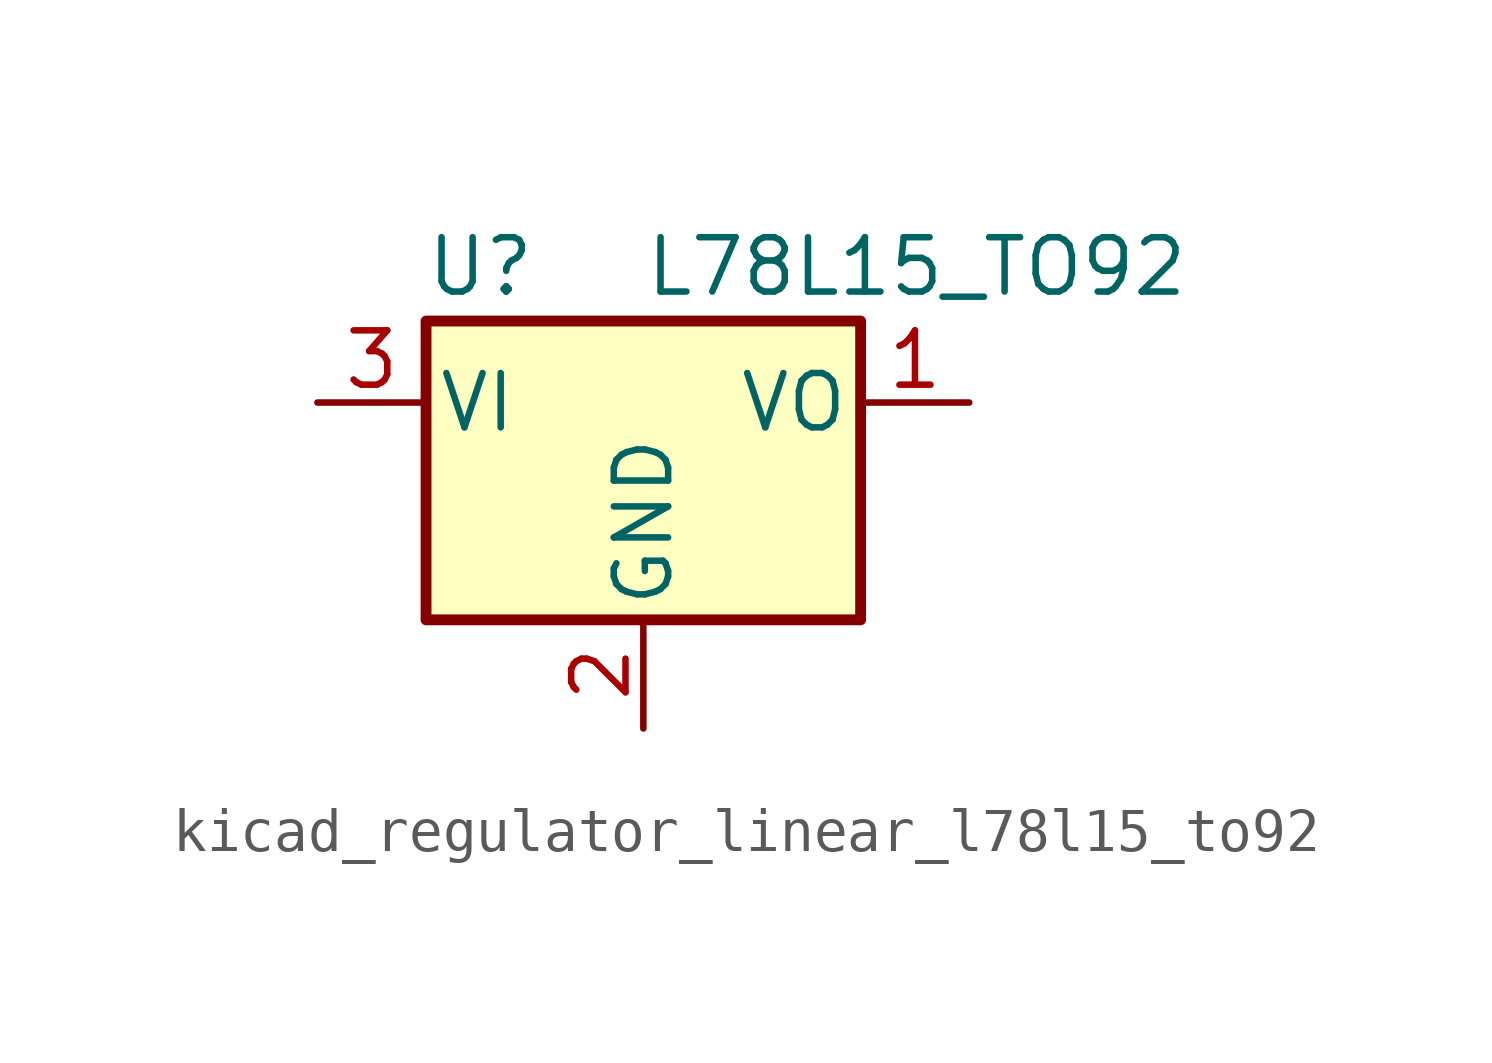
<source format=kicad_sym>
(kicad_symbol_lib
  (version 20220914)
  (generator kicad_symbol_editor)
  (symbol "kicad_regulator_linear_l78l15_to92"
    (pin_names
      (offset 0.254))
    (property "Reference" "U"
      (at -3.81 3.175 0)
      (effects (font (size 1.27 1.27))))
    (property "Value" "L78L15_TO92"
      (at 0 3.175 0)
      (effects (font (size 1.27 1.27)) (justify left)))
    (symbol "kicad_regulator_linear_l78l15_to92_0_1"
      (rectangle (start -5.08 -5.08) (end 5.08 1.905) (stroke (width 0.254) (type default)) (fill (type background))))
    (symbol "kicad_regulator_linear_l78l15_to92_1_1"
      (pin power_out line (at 7.62 0 180) (length 2.54) (name "VO" (effects (font (size 1.27 1.27)))) (number "1" (effects (font (size 1.27 1.27)))))
      (pin power_in line (at 0 -7.62 90) (length 2.54) (name "GND" (effects (font (size 1.27 1.27)))) (number "2" (effects (font (size 1.27 1.27)))))
      (pin power_in line (at -7.62 0 0) (length 2.54) (name "VI" (effects (font (size 1.27 1.27)))) (number "3" (effects (font (size 1.27 1.27))))))))
</source>
